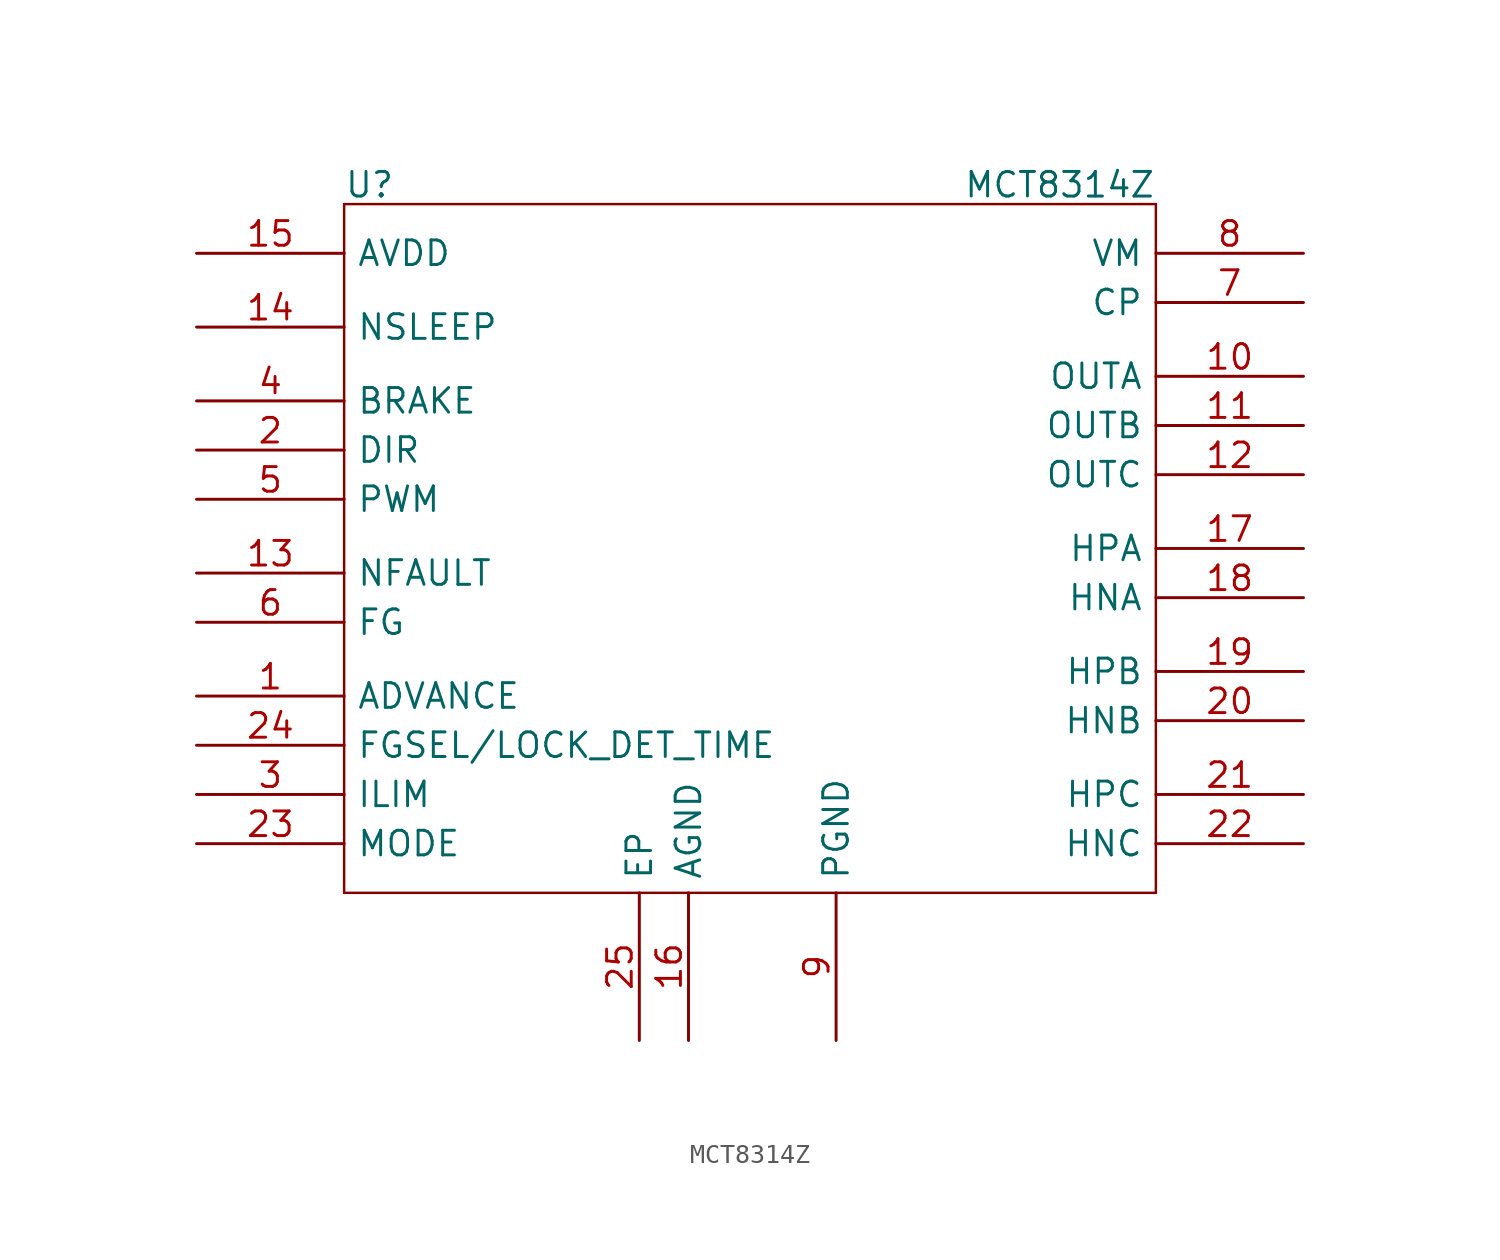
<source format=kicad_sym>
(kicad_symbol_lib
  (version 20231120)
  (generator "kicad_symbol_editor")
  (generator_version "8.0")
  (symbol "MCT8314Z"
    (pin_names
      (offset 0.635))
    (property "Reference" "U"
      (at -22.86 18.034 0)
      (effects (font (size 1.27 1.27)) (justify left bottom)))
    (property "Value" "MCT8314Z"
      (at 19.05 18.034 0)
      (effects (font (size 1.27 1.27)) (justify right bottom)))
    (symbol "MCT8314Z_1_1"
      (polyline (pts (xy -22.86 -17.78) (xy 19.05 -17.78)) (stroke (width 0.127) (type default)) (fill (type none)))
      (polyline (pts (xy -22.86 17.78) (xy -22.86 -17.78)) (stroke (width 0.127) (type default)) (fill (type none)))
      (polyline (pts (xy 19.05 -17.78) (xy 19.05 17.78)) (stroke (width 0.127) (type default)) (fill (type none)))
      (polyline (pts (xy 19.05 17.78) (xy -22.86 17.78)) (stroke (width 0.127) (type default)) (fill (type none)))
      (pin input line (at -30.48 -7.62 0) (length 7.62) (name "ADVANCE" (effects (font (size 1.27 1.27)))) (number "1" (effects (font (size 1.27 1.27)))))
      (pin output line (at 26.67 8.89 180) (length 7.62) (name "OUTA" (effects (font (size 1.27 1.27)))) (number "10" (effects (font (size 1.27 1.27)))))
      (pin output line (at 26.67 6.35 180) (length 7.62) (name "OUTB" (effects (font (size 1.27 1.27)))) (number "11" (effects (font (size 1.27 1.27)))))
      (pin output line (at 26.67 3.81 180) (length 7.62) (name "OUTC" (effects (font (size 1.27 1.27)))) (number "12" (effects (font (size 1.27 1.27)))))
      (pin output line (at -30.48 -1.27 0) (length 7.62) (name "NFAULT" (effects (font (size 1.27 1.27)))) (number "13" (effects (font (size 1.27 1.27)))))
      (pin input line (at -30.48 11.43 0) (length 7.62) (name "NSLEEP" (effects (font (size 1.27 1.27)))) (number "14" (effects (font (size 1.27 1.27)))))
      (pin power_out line (at -30.48 15.24 0) (length 7.62) (name "AVDD" (effects (font (size 1.27 1.27)))) (number "15" (effects (font (size 1.27 1.27)))))
      (pin passive line (at -5.08 -25.4 90) (length 7.62) (name "AGND" (effects (font (size 1.27 1.27)))) (number "16" (effects (font (size 1.27 1.27)))))
      (pin input line (at 26.67 0 180) (length 7.62) (name "HPA" (effects (font (size 1.27 1.27)))) (number "17" (effects (font (size 1.27 1.27)))))
      (pin input line (at 26.67 -2.54 180) (length 7.62) (name "HNA" (effects (font (size 1.27 1.27)))) (number "18" (effects (font (size 1.27 1.27)))))
      (pin input line (at 26.67 -6.35 180) (length 7.62) (name "HPB" (effects (font (size 1.27 1.27)))) (number "19" (effects (font (size 1.27 1.27)))))
      (pin input line (at -30.48 5.08 0) (length 7.62) (name "DIR" (effects (font (size 1.27 1.27)))) (number "2" (effects (font (size 1.27 1.27)))))
      (pin input line (at 26.67 -8.89 180) (length 7.62) (name "HNB" (effects (font (size 1.27 1.27)))) (number "20" (effects (font (size 1.27 1.27)))))
      (pin input line (at 26.67 -12.7 180) (length 7.62) (name "HPC" (effects (font (size 1.27 1.27)))) (number "21" (effects (font (size 1.27 1.27)))))
      (pin input line (at 26.67 -15.24 180) (length 7.62) (name "HNC" (effects (font (size 1.27 1.27)))) (number "22" (effects (font (size 1.27 1.27)))))
      (pin input line (at -30.48 -15.24 0) (length 7.62) (name "MODE" (effects (font (size 1.27 1.27)))) (number "23" (effects (font (size 1.27 1.27)))))
      (pin input line (at -30.48 -10.16 0) (length 7.62) (name "FGSEL/LOCK_DET_TIME" (effects (font (size 1.27 1.27)))) (number "24" (effects (font (size 1.27 1.27)))))
      (pin passive line (at -7.62 -25.4 90) (length 7.62) (name "EP" (effects (font (size 1.27 1.27)))) (number "25" (effects (font (size 1.27 1.27)))))
      (pin input line (at -30.48 -12.7 0) (length 7.62) (name "ILIM" (effects (font (size 1.27 1.27)))) (number "3" (effects (font (size 1.27 1.27)))))
      (pin input line (at -30.48 7.62 0) (length 7.62) (name "BRAKE" (effects (font (size 1.27 1.27)))) (number "4" (effects (font (size 1.27 1.27)))))
      (pin input line (at -30.48 2.54 0) (length 7.62) (name "PWM" (effects (font (size 1.27 1.27)))) (number "5" (effects (font (size 1.27 1.27)))))
      (pin output line (at -30.48 -3.81 0) (length 7.62) (name "FG" (effects (font (size 1.27 1.27)))) (number "6" (effects (font (size 1.27 1.27)))))
      (pin power_out line (at 26.67 12.7 180) (length 7.62) (name "CP" (effects (font (size 1.27 1.27)))) (number "7" (effects (font (size 1.27 1.27)))))
      (pin power_in line (at 26.67 15.24 180) (length 7.62) (name "VM" (effects (font (size 1.27 1.27)))) (number "8" (effects (font (size 1.27 1.27)))))
      (pin passive line (at 2.54 -25.4 90) (length 7.62) (name "PGND" (effects (font (size 1.27 1.27)))) (number "9" (effects (font (size 1.27 1.27))))))))
</source>
